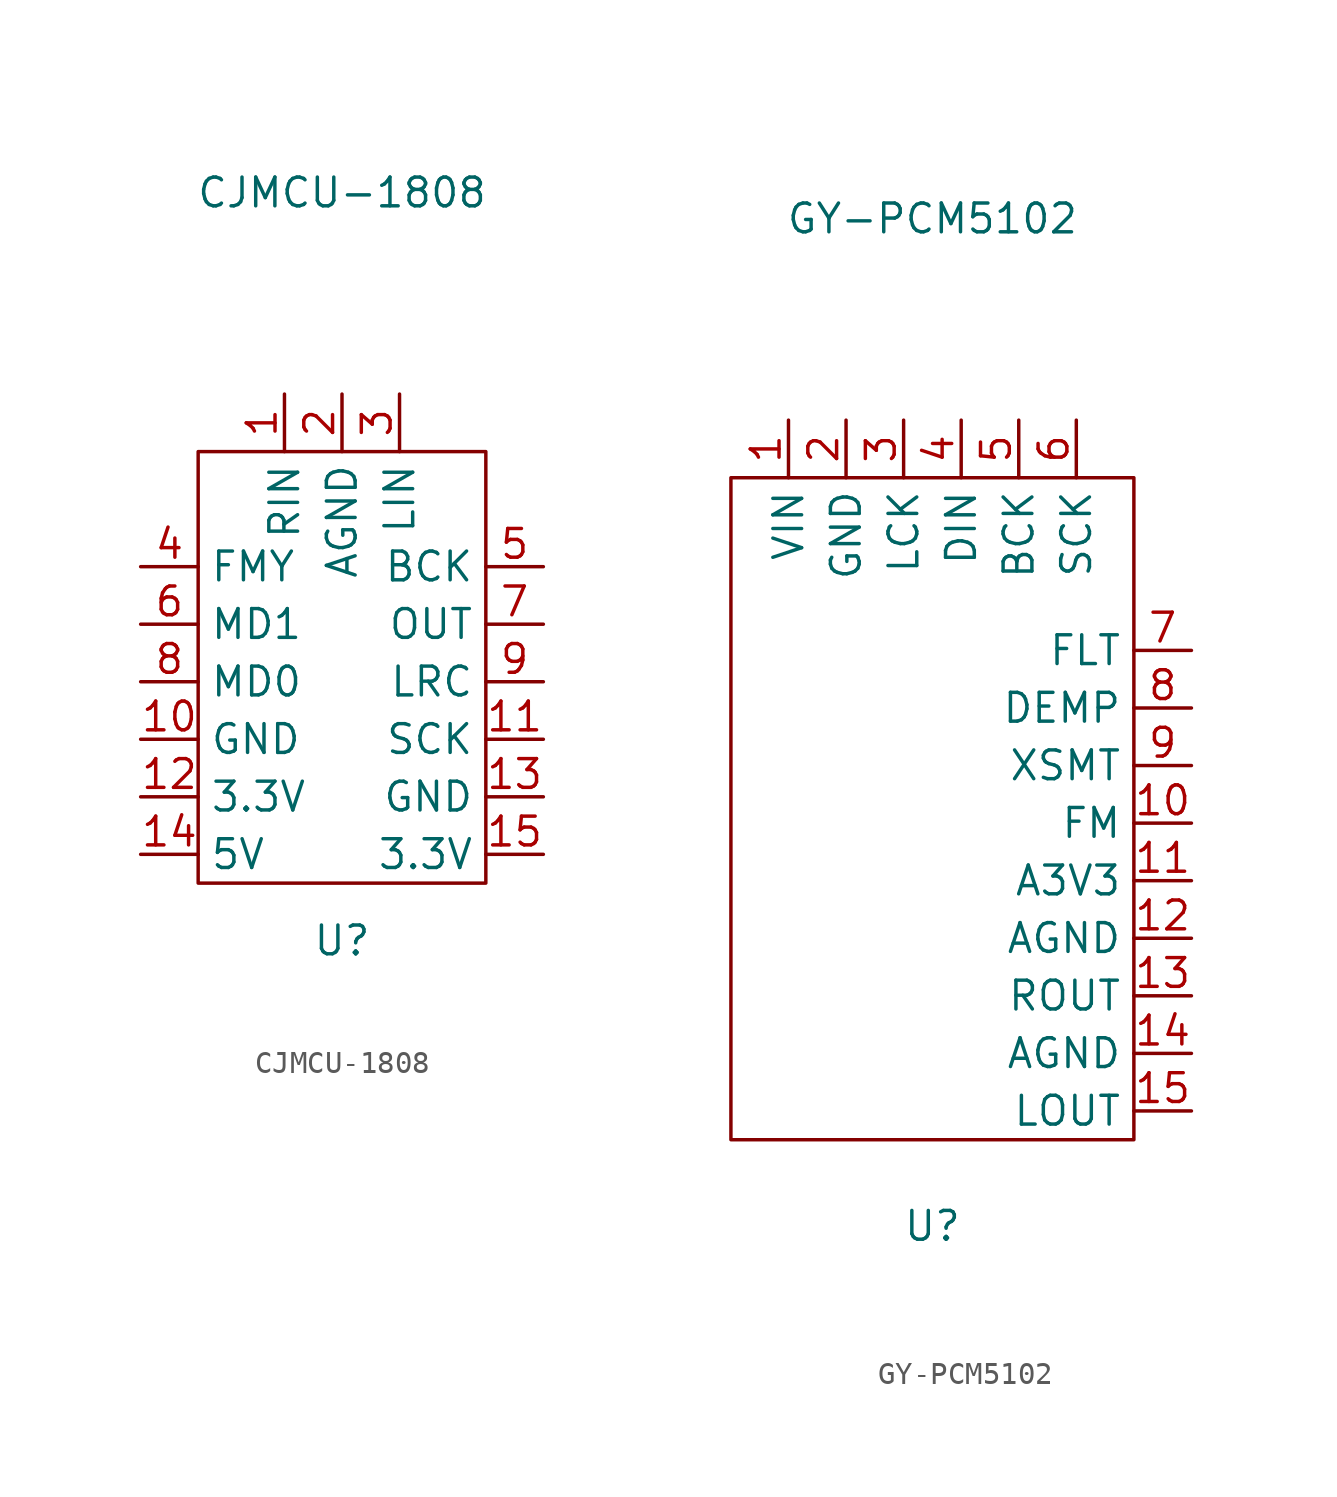
<source format=kicad_sym>
(kicad_symbol_lib
  (version 20211014)
  (generator kicad_symbol_editor)
  (symbol "CJMCU-1808"
    (property "Reference" "U"
      (at 0 -11.43 0)
      (effects (font (size 1.27 1.27))))
    (property "Value" "CJMCU-1808"
      (at 0 21.59 0)
      (effects (font (size 1.27 1.27))))
    (symbol "CJMCU-1808_0_1"
      (rectangle (start -6.35 10.16) (end 6.35 -8.89) (stroke (width 0) (type default) (color 0 0 0 0)) (fill (type none))))
    (symbol "CJMCU-1808_1_1"
      (pin input line (at -2.54 12.7 270) (length 2.54) (name "RIN" (effects (font (size 1.27 1.27)))) (number "1" (effects (font (size 1.27 1.27)))))
      (pin power_in line (at -8.89 -2.54 0) (length 2.54) (name "GND" (effects (font (size 1.27 1.27)))) (number "10" (effects (font (size 1.27 1.27)))))
      (pin input line (at 8.89 -2.54 180) (length 2.54) (name "SCK" (effects (font (size 1.27 1.27)))) (number "11" (effects (font (size 1.27 1.27)))))
      (pin power_in line (at -8.89 -5.08 0) (length 2.54) (name "3.3V" (effects (font (size 1.27 1.27)))) (number "12" (effects (font (size 1.27 1.27)))))
      (pin power_in line (at 8.89 -5.08 180) (length 2.54) (name "GND" (effects (font (size 1.27 1.27)))) (number "13" (effects (font (size 1.27 1.27)))))
      (pin power_in line (at -8.89 -7.62 0) (length 2.54) (name "5V" (effects (font (size 1.27 1.27)))) (number "14" (effects (font (size 1.27 1.27)))))
      (pin power_in line (at 8.89 -7.62 180) (length 2.54) (name "3.3V" (effects (font (size 1.27 1.27)))) (number "15" (effects (font (size 1.27 1.27)))))
      (pin input line (at 0 12.7 270) (length 2.54) (name "AGND" (effects (font (size 1.27 1.27)))) (number "2" (effects (font (size 1.27 1.27)))))
      (pin input line (at 2.54 12.7 270) (length 2.54) (name "LIN" (effects (font (size 1.27 1.27)))) (number "3" (effects (font (size 1.27 1.27)))))
      (pin input line (at -8.89 5.08 0) (length 2.54) (name "FMY" (effects (font (size 1.27 1.27)))) (number "4" (effects (font (size 1.27 1.27)))))
      (pin input line (at 8.89 5.08 180) (length 2.54) (name "BCK" (effects (font (size 1.27 1.27)))) (number "5" (effects (font (size 1.27 1.27)))))
      (pin input line (at -8.89 2.54 0) (length 2.54) (name "MD1" (effects (font (size 1.27 1.27)))) (number "6" (effects (font (size 1.27 1.27)))))
      (pin output line (at 8.89 2.54 180) (length 2.54) (name "OUT" (effects (font (size 1.27 1.27)))) (number "7" (effects (font (size 1.27 1.27)))))
      (pin input line (at -8.89 0 0) (length 2.54) (name "MD0" (effects (font (size 1.27 1.27)))) (number "8" (effects (font (size 1.27 1.27)))))
      (pin input line (at 8.89 0 180) (length 2.54) (name "LRC" (effects (font (size 1.27 1.27)))) (number "9" (effects (font (size 1.27 1.27)))))))
  (symbol "GY-PCM5102"
    (property "Reference" "U"
      (at 0 -19.05 0)
      (effects (font (size 1.27 1.27))))
    (property "Value" "GY-PCM5102"
      (at 0 25.4 0)
      (effects (font (size 1.27 1.27))))
    (symbol "GY-PCM5102_0_1"
      (rectangle (start -8.89 13.97) (end 8.89 -15.24) (stroke (width 0) (type default) (color 0 0 0 0)) (fill (type none))))
    (symbol "GY-PCM5102_1_1"
      (pin input line (at -6.35 16.51 270) (length 2.54) (name "VIN" (effects (font (size 1.27 1.27)))) (number "1" (effects (font (size 1.27 1.27)))))
      (pin input line (at 11.43 -1.27 180) (length 2.54) (name "FM" (effects (font (size 1.27 1.27)))) (number "10" (effects (font (size 1.27 1.27)))))
      (pin input line (at 11.43 -3.81 180) (length 2.54) (name "A3V3" (effects (font (size 1.27 1.27)))) (number "11" (effects (font (size 1.27 1.27)))))
      (pin output line (at 11.43 -6.35 180) (length 2.54) (name "AGND" (effects (font (size 1.27 1.27)))) (number "12" (effects (font (size 1.27 1.27)))))
      (pin output line (at 11.43 -8.89 180) (length 2.54) (name "ROUT" (effects (font (size 1.27 1.27)))) (number "13" (effects (font (size 1.27 1.27)))))
      (pin output line (at 11.43 -11.43 180) (length 2.54) (name "AGND" (effects (font (size 1.27 1.27)))) (number "14" (effects (font (size 1.27 1.27)))))
      (pin output line (at 11.43 -13.97 180) (length 2.54) (name "LOUT" (effects (font (size 1.27 1.27)))) (number "15" (effects (font (size 1.27 1.27)))))
      (pin input line (at -3.81 16.51 270) (length 2.54) (name "GND" (effects (font (size 1.27 1.27)))) (number "2" (effects (font (size 1.27 1.27)))))
      (pin input line (at -1.27 16.51 270) (length 2.54) (name "LCK" (effects (font (size 1.27 1.27)))) (number "3" (effects (font (size 1.27 1.27)))))
      (pin input line (at 1.27 16.51 270) (length 2.54) (name "DIN" (effects (font (size 1.27 1.27)))) (number "4" (effects (font (size 1.27 1.27)))))
      (pin input line (at 3.81 16.51 270) (length 2.54) (name "BCK" (effects (font (size 1.27 1.27)))) (number "5" (effects (font (size 1.27 1.27)))))
      (pin input line (at 6.35 16.51 270) (length 2.54) (name "SCK" (effects (font (size 1.27 1.27)))) (number "6" (effects (font (size 1.27 1.27)))))
      (pin input line (at 11.43 6.35 180) (length 2.54) (name "FLT" (effects (font (size 1.27 1.27)))) (number "7" (effects (font (size 1.27 1.27)))))
      (pin input line (at 11.43 3.81 180) (length 2.54) (name "DEMP" (effects (font (size 1.27 1.27)))) (number "8" (effects (font (size 1.27 1.27)))))
      (pin input line (at 11.43 1.27 180) (length 2.54) (name "XSMT" (effects (font (size 1.27 1.27)))) (number "9" (effects (font (size 1.27 1.27))))))))
</source>
